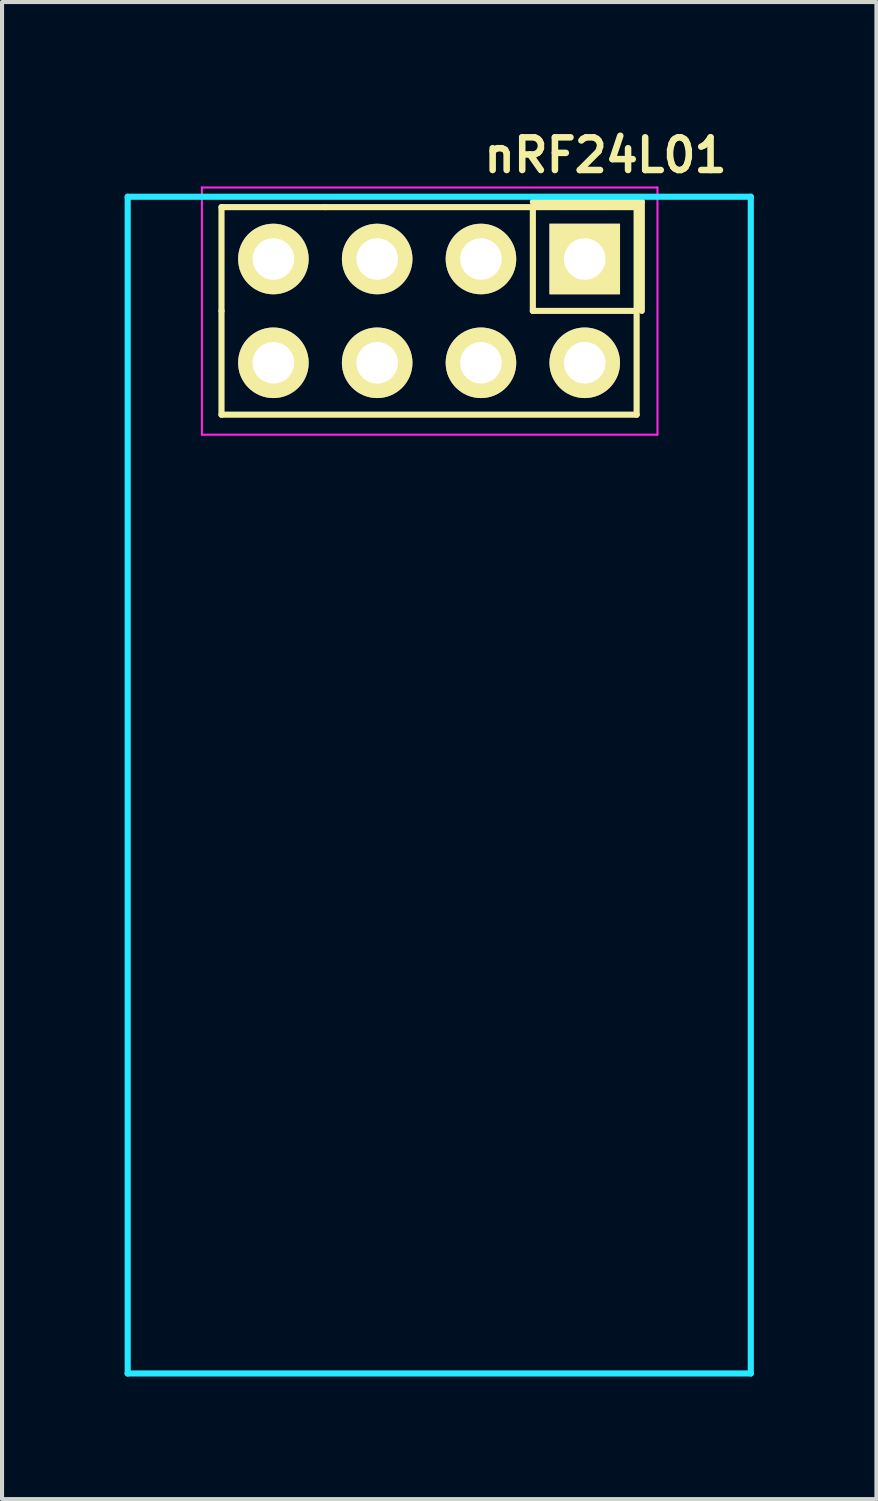
<source format=kicad_pcb>
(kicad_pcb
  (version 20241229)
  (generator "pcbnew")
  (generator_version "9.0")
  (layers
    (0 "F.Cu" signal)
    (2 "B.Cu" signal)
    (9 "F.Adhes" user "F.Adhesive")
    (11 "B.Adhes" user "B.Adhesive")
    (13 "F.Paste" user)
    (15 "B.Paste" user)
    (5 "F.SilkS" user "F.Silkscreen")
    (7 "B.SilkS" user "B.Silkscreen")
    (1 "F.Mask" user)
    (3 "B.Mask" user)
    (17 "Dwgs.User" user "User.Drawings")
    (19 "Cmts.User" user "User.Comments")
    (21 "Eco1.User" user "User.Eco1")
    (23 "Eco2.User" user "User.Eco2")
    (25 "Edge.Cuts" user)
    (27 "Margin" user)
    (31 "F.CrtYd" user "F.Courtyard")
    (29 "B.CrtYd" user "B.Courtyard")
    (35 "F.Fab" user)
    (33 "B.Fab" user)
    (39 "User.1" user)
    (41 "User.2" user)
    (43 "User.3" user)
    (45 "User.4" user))
  (footprint "nRF24L01"
    (layer "F.Cu")
    (at 12.785 1.765)
    (property "Reference" "nRF24L01" (at -1.016 -1.016 0) (layer "F.SilkS") (effects (font (size 0.8 0.8) (thickness 0.16))))
    (attr through_hole)
    (fp_line (start -10.414 0.254) (end -10.414 2.794) (stroke (width 0.15) (type solid)) (layer "F.SilkS"))
    (fp_line (start -10.414 5.334) (end -10.414 2.794) (stroke (width 0.15) (type solid)) (layer "F.SilkS"))
    (fp_line (start -7.874 0.254) (end -10.414 0.254) (stroke (width 0.15) (type solid)) (layer "F.SilkS"))
    (fp_line (start -7.874 0.254) (end -0.254 0.254) (stroke (width 0.15) (type solid)) (layer "F.SilkS"))
    (fp_line (start -2.794 0.127) (end -0.127 0.127) (stroke (width 0.15) (type solid)) (layer "F.SilkS"))
    (fp_line (start -2.794 0.254) (end -2.794 2.794) (stroke (width 0.15) (type solid)) (layer "F.SilkS"))
    (fp_line (start -2.794 2.794) (end -0.254 2.794) (stroke (width 0.15) (type solid)) (layer "F.SilkS"))
    (fp_line (start -0.254 0.254) (end -0.254 5.334) (stroke (width 0.15) (type solid)) (layer "F.SilkS"))
    (fp_line (start -0.254 5.334) (end -10.414 5.334) (stroke (width 0.15) (type solid)) (layer "F.SilkS"))
    (fp_line (start -0.127 0.127) (end -0.127 2.794) (stroke (width 0.15) (type solid)) (layer "F.SilkS"))
    (fp_line (start -12.71 0) (end -12.71 28.8) (stroke (width 0.15) (type solid)) (layer "B.CrtYd"))
    (fp_line (start -12.71 28.8) (end 2.54 28.8) (stroke (width 0.15) (type solid)) (layer "B.CrtYd"))
    (fp_line (start 2.54 0) (end -12.71 0) (stroke (width 0.15) (type solid)) (layer "B.CrtYd"))
    (fp_line (start 2.54 28.8) (end 2.54 0) (stroke (width 0.15) (type solid)) (layer "B.CrtYd"))
    (fp_line (start -10.894 -0.226) (end -10.894 5.824) (stroke (width 0.05) (type solid)) (layer "F.CrtYd"))
    (fp_line (start -10.894 -0.226) (end 0.256 -0.226) (stroke (width 0.05) (type solid)) (layer "F.CrtYd"))
    (fp_line (start -10.894 5.824) (end 0.256 5.824) (stroke (width 0.05) (type solid)) (layer "F.CrtYd"))
    (fp_line (start 0.256 -0.226) (end 0.256 5.824) (stroke (width 0.05) (type solid)) (layer "F.CrtYd"))
    (pad "1" thru_hole rect (at -1.524 1.524) (size 1.727 1.727) (drill 1.016) (layers "*.Cu" "*.Mask" "F.SilkS"))
    (pad "2" thru_hole oval (at -1.524 4.064) (size 1.727 1.727) (drill 1.016) (layers "*.Cu" "*.Mask" "F.SilkS"))
    (pad "3" thru_hole oval (at -4.064 1.524) (size 1.727 1.727) (drill 1.016) (layers "*.Cu" "*.Mask" "F.SilkS"))
    (pad "4" thru_hole oval (at -4.064 4.064) (size 1.727 1.727) (drill 1.016) (layers "*.Cu" "*.Mask" "F.SilkS"))
    (pad "5" thru_hole oval (at -6.604 1.524) (size 1.727 1.727) (drill 1.016) (layers "*.Cu" "*.Mask" "F.SilkS"))
    (pad "6" thru_hole oval (at -6.604 4.064) (size 1.727 1.727) (drill 1.016) (layers "*.Cu" "*.Mask" "F.SilkS"))
    (pad "7" thru_hole oval (at -9.144 1.524) (size 1.727 1.727) (drill 1.016) (layers "*.Cu" "*.Mask" "F.SilkS"))
    (pad "8" thru_hole oval (at -9.144 4.064) (size 1.727 1.727) (drill 1.016) (layers "*.Cu" "*.Mask" "F.SilkS")))
  (gr_rect
    (start -3 -3)
    (end 18.4 33.64)
    (stroke (width 0.1) (type default))
    (fill no)
    (layer "Edge.Cuts")))
</source>
